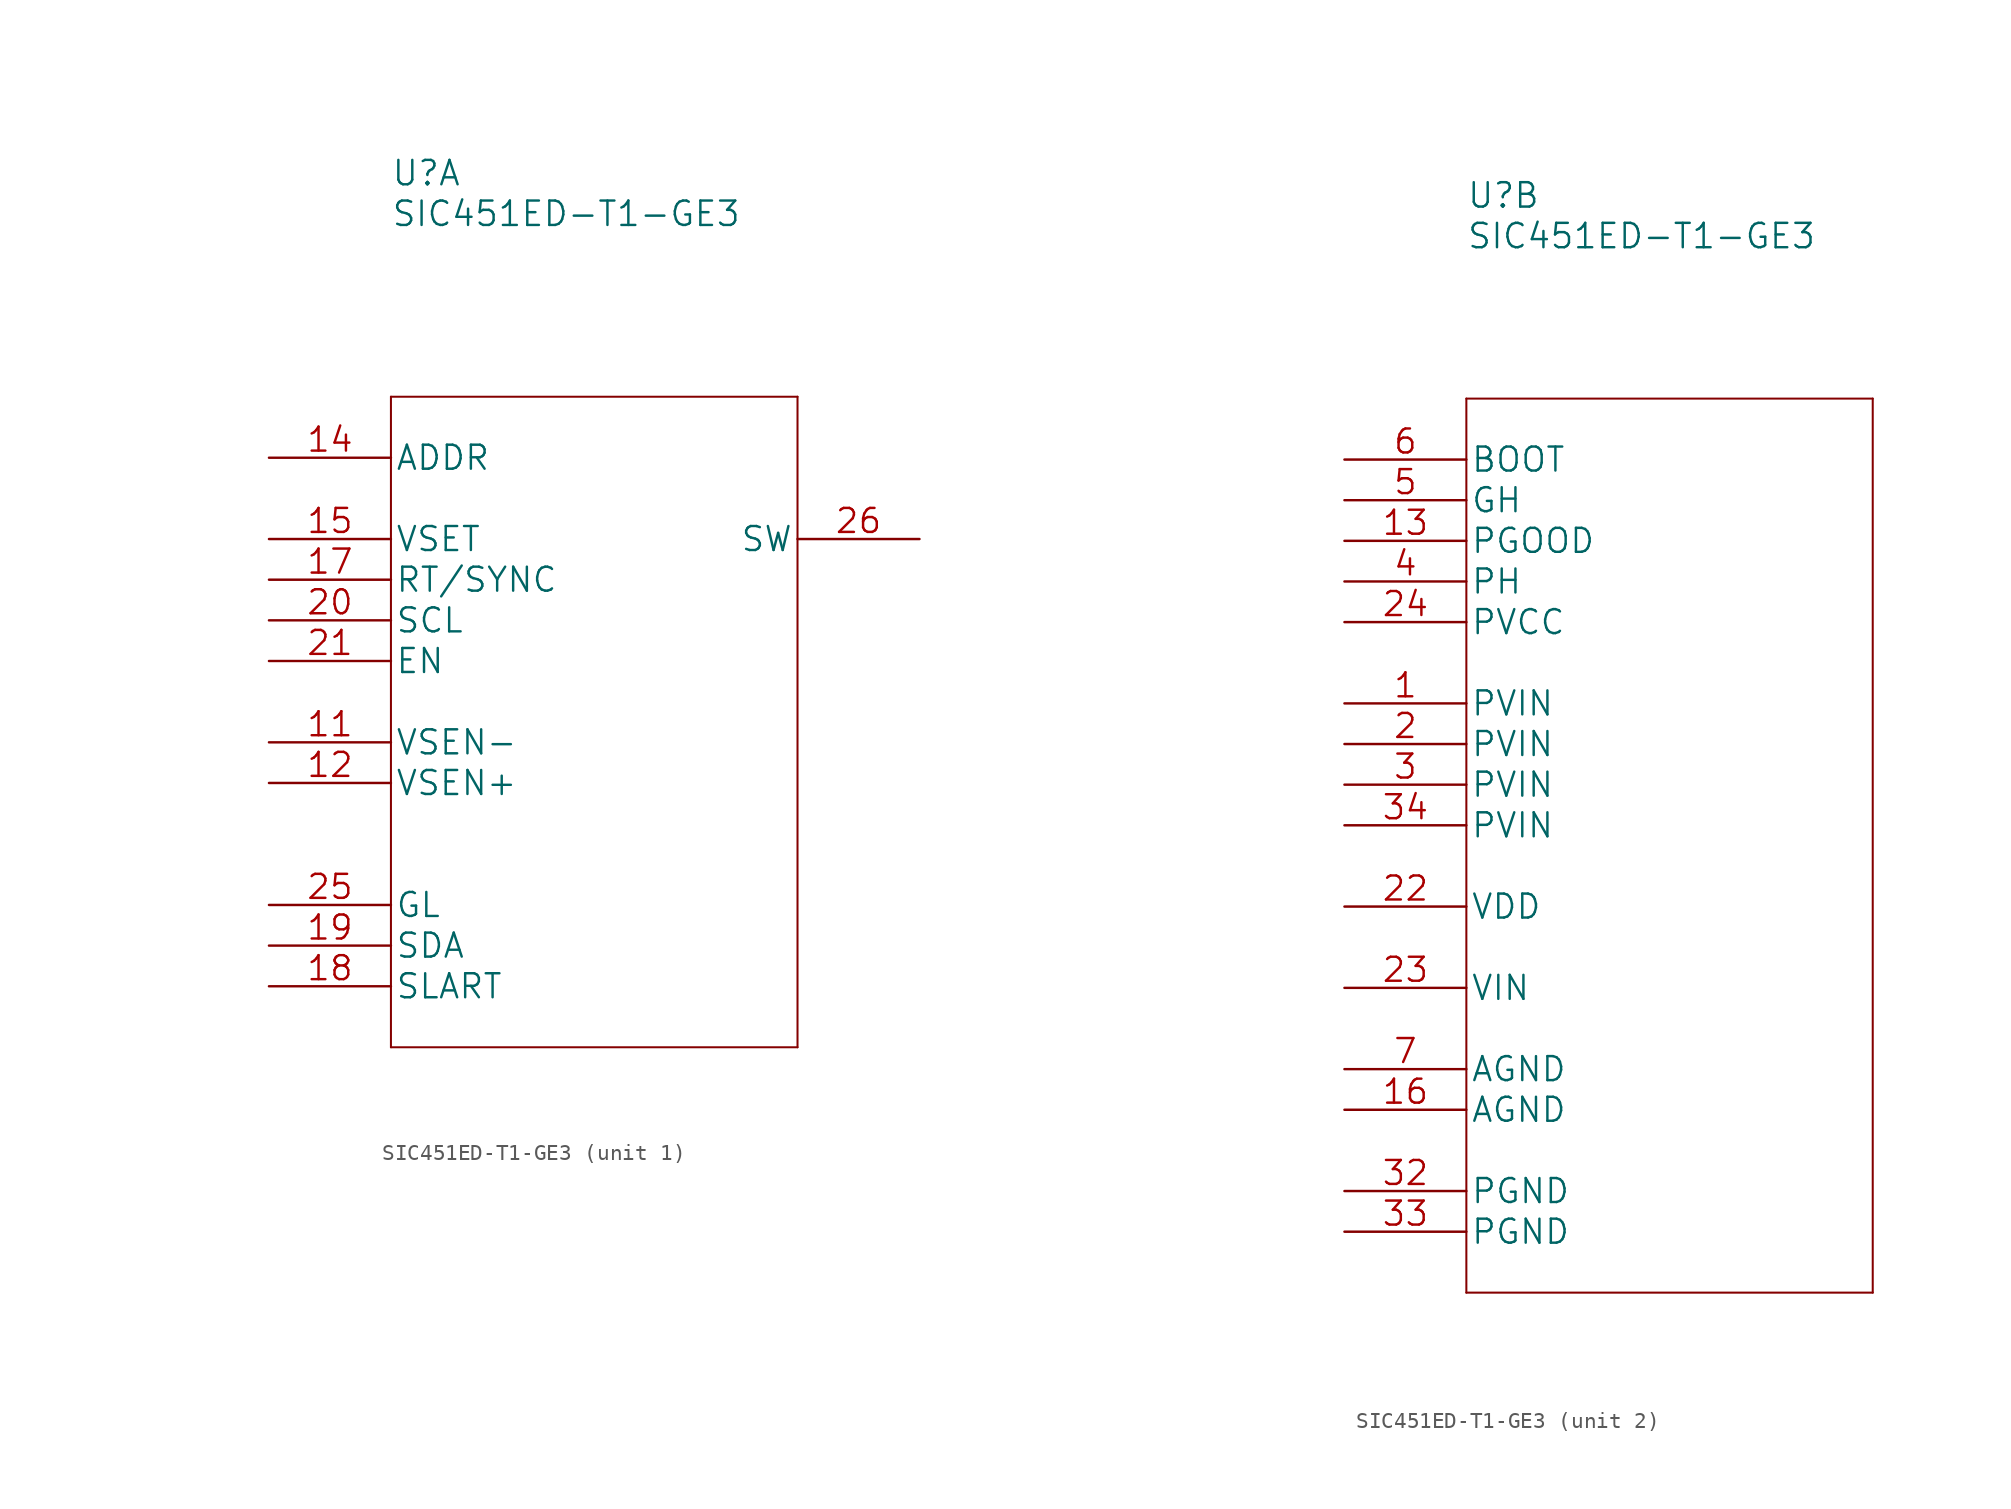
<source format=kicad_sym>
(kicad_symbol_lib
  (version 20211014)
  (generator kicad_symbol_editor)
  (symbol "SIC451ED-T1-GE3"
    (pin_names
      (offset 0.254))
    (property "Reference" "U"
      (at 0 12.7 0)
      (effects (font (size 1.524 1.524)) (justify left)))
    (property "Value" "SIC451ED-T1-GE3"
      (at 0 10.16 0)
      (effects (font (size 1.524 1.524)) (justify left)))
    (property "Datasheet" ""
      (at -15.24 -1.27 0)
      (effects (font (size 1.524 1.524))))
    (property "ki_locked" ""
      (at 0 0 0)
      (effects (font (size 1.27 1.27))))
    (symbol "SIC451ED-T1-GE3_1_1"
      (polyline (pts (xy 0 -41.91) (xy 25.4 -41.91)) (stroke (width 0.127) (type default) (color 0 0 0 0)) (fill (type none)))
      (polyline (pts (xy 0 -1.27) (xy 0 -41.91)) (stroke (width 0.127) (type default) (color 0 0 0 0)) (fill (type none)))
      (polyline (pts (xy 25.4 -41.91) (xy 25.4 -1.27)) (stroke (width 0.127) (type default) (color 0 0 0 0)) (fill (type none)))
      (polyline (pts (xy 25.4 -1.27) (xy 0 -1.27)) (stroke (width 0.127) (type default) (color 0 0 0 0)) (fill (type none)))
      (pin input line (at -7.62 -22.86 0) (length 7.62) (name "VSEN-" (effects (font (size 1.499 1.499)))) (number "11" (effects (font (size 1.499 1.499)))))
      (pin input line (at -7.62 -25.4 0) (length 7.62) (name "VSEN+" (effects (font (size 1.499 1.499)))) (number "12" (effects (font (size 1.499 1.499)))))
      (pin input line (at -7.62 -5.08 0) (length 7.62) (name "ADDR" (effects (font (size 1.499 1.499)))) (number "14" (effects (font (size 1.499 1.499)))))
      (pin input line (at -7.62 -10.16 0) (length 7.62) (name "VSET" (effects (font (size 1.499 1.499)))) (number "15" (effects (font (size 1.499 1.499)))))
      (pin input line (at -7.62 -12.7 0) (length 7.62) (name "RT/SYNC" (effects (font (size 1.499 1.499)))) (number "17" (effects (font (size 1.499 1.499)))))
      (pin unspecified line (at -7.62 -38.1 0) (length 7.62) (name "SLART" (effects (font (size 1.499 1.499)))) (number "18" (effects (font (size 1.499 1.499)))))
      (pin bidirectional line (at -7.62 -35.56 0) (length 7.62) (name "SDA" (effects (font (size 1.499 1.499)))) (number "19" (effects (font (size 1.499 1.499)))))
      (pin input line (at -7.62 -15.24 0) (length 7.62) (name "SCL" (effects (font (size 1.499 1.499)))) (number "20" (effects (font (size 1.499 1.499)))))
      (pin input line (at -7.62 -17.78 0) (length 7.62) (name "EN" (effects (font (size 1.499 1.499)))) (number "21" (effects (font (size 1.499 1.499)))))
      (pin unspecified line (at -7.62 -33.02 0) (length 7.62) (name "GL" (effects (font (size 1.499 1.499)))) (number "25" (effects (font (size 1.499 1.499)))))
      (pin unspecified line (at 33.02 -10.16 180) (length 7.62) (name "SW" (effects (font (size 1.499 1.499)))) (number "26" (effects (font (size 1.499 1.499)))))
      (pin unspecified line (at 33.02 -10.16 180) (length 7.62) hide (name "SW" (effects (font (size 1.499 1.499)))) (number "27" (effects (font (size 1.499 1.499)))))
      (pin unspecified line (at 33.02 -10.16 180) (length 7.62) hide (name "SW" (effects (font (size 1.499 1.499)))) (number "28" (effects (font (size 1.499 1.499)))))
      (pin unspecified line (at 33.02 -10.16 180) (length 7.62) hide (name "SW" (effects (font (size 1.499 1.499)))) (number "29" (effects (font (size 1.499 1.499)))))
      (pin unspecified line (at 33.02 -10.16 180) (length 7.62) hide (name "SW" (effects (font (size 1.499 1.499)))) (number "30" (effects (font (size 1.499 1.499)))))
      (pin unspecified line (at 33.02 -10.16 180) (length 7.62) hide (name "SW" (effects (font (size 1.499 1.499)))) (number "31" (effects (font (size 1.499 1.499))))))
    (symbol "SIC451ED-T1-GE3_2_1"
      (polyline (pts (xy 0 -55.88) (xy 25.4 -55.88)) (stroke (width 0.127) (type default) (color 0 0 0 0)) (fill (type none)))
      (polyline (pts (xy 0 0) (xy 0 -55.88)) (stroke (width 0.127) (type default) (color 0 0 0 0)) (fill (type none)))
      (polyline (pts (xy 25.4 -55.88) (xy 25.4 0)) (stroke (width 0.127) (type default) (color 0 0 0 0)) (fill (type none)))
      (polyline (pts (xy 25.4 0) (xy 0 0)) (stroke (width 0.127) (type default) (color 0 0 0 0)) (fill (type none)))
      (pin power_in line (at -7.62 -19.05 0) (length 7.62) (name "PVIN" (effects (font (size 1.499 1.499)))) (number "1" (effects (font (size 1.499 1.499)))))
      (pin no_connect line (at -20.32 5.08 0) (length 7.62) hide (name "NC" (effects (font (size 1.499 1.499)))) (number "10" (effects (font (size 1.499 1.499)))))
      (pin output line (at -7.62 -8.89 0) (length 7.62) (name "PGOOD" (effects (font (size 1.499 1.499)))) (number "13" (effects (font (size 1.499 1.499)))))
      (pin power_in line (at -7.62 -44.45 0) (length 7.62) (name "AGND" (effects (font (size 1.499 1.499)))) (number "16" (effects (font (size 1.499 1.499)))))
      (pin power_in line (at -7.62 -21.59 0) (length 7.62) (name "PVIN" (effects (font (size 1.499 1.499)))) (number "2" (effects (font (size 1.499 1.499)))))
      (pin power_in line (at -7.62 -31.75 0) (length 7.62) (name "VDD" (effects (font (size 1.499 1.499)))) (number "22" (effects (font (size 1.499 1.499)))))
      (pin power_in line (at -7.62 -36.83 0) (length 7.62) (name "VIN" (effects (font (size 1.499 1.499)))) (number "23" (effects (font (size 1.499 1.499)))))
      (pin power_in line (at -7.62 -13.97 0) (length 7.62) (name "PVCC" (effects (font (size 1.499 1.499)))) (number "24" (effects (font (size 1.499 1.499)))))
      (pin power_in line (at -7.62 -24.13 0) (length 7.62) (name "PVIN" (effects (font (size 1.499 1.499)))) (number "3" (effects (font (size 1.499 1.499)))))
      (pin power_in line (at -7.62 -49.53 0) (length 7.62) (name "PGND" (effects (font (size 1.499 1.499)))) (number "32" (effects (font (size 1.499 1.499)))))
      (pin power_in line (at -7.62 -52.07 0) (length 7.62) (name "PGND" (effects (font (size 1.499 1.499)))) (number "33" (effects (font (size 1.499 1.499)))))
      (pin power_in line (at -7.62 -26.67 0) (length 7.62) (name "PVIN" (effects (font (size 1.499 1.499)))) (number "34" (effects (font (size 1.499 1.499)))))
      (pin power_in line (at -7.62 -11.43 0) (length 7.62) (name "PH" (effects (font (size 1.499 1.499)))) (number "4" (effects (font (size 1.499 1.499)))))
      (pin power_in line (at -7.62 -6.35 0) (length 7.62) (name "GH" (effects (font (size 1.499 1.499)))) (number "5" (effects (font (size 1.499 1.499)))))
      (pin power_in line (at -7.62 -3.81 0) (length 7.62) (name "BOOT" (effects (font (size 1.499 1.499)))) (number "6" (effects (font (size 1.499 1.499)))))
      (pin power_in line (at -7.62 -41.91 0) (length 7.62) (name "AGND" (effects (font (size 1.499 1.499)))) (number "7" (effects (font (size 1.499 1.499)))))
      (pin no_connect line (at -20.32 10.16 0) (length 7.62) hide (name "NC" (effects (font (size 1.499 1.499)))) (number "8" (effects (font (size 1.499 1.499)))))
      (pin no_connect line (at -20.32 7.62 0) (length 7.62) hide (name "NC" (effects (font (size 1.499 1.499)))) (number "9" (effects (font (size 1.499 1.499))))))))
</source>
